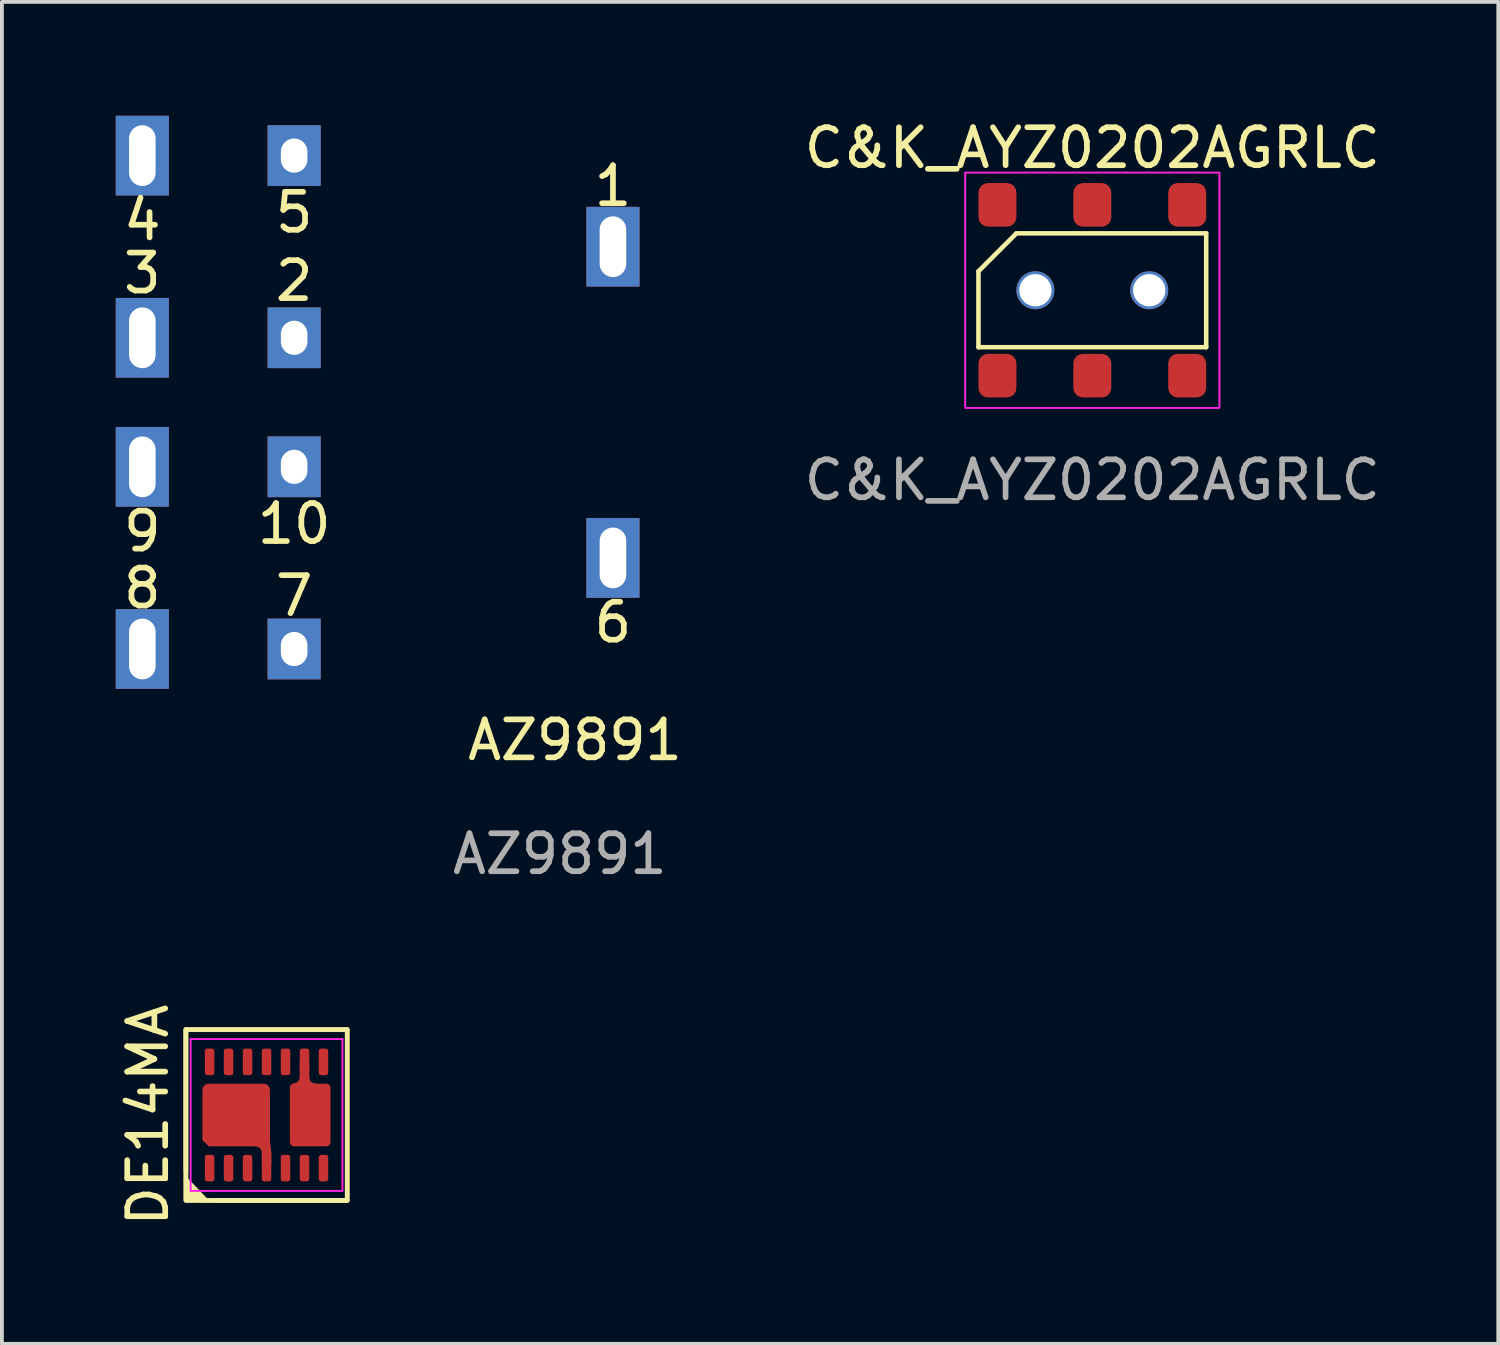
<source format=kicad_pcb>
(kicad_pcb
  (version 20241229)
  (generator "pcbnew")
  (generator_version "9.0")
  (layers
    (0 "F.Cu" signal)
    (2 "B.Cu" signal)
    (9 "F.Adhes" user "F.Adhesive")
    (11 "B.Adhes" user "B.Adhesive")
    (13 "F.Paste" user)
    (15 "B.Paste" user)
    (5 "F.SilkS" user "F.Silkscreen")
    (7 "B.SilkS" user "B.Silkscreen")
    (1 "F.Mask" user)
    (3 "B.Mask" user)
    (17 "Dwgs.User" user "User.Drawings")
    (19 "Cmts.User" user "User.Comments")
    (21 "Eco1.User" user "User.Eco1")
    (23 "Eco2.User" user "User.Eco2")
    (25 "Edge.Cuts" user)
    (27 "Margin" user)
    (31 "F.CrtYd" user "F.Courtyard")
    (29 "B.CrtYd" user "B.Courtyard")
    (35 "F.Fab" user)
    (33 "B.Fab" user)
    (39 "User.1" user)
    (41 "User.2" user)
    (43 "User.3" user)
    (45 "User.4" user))
  (footprint "C&K_AYZ0202AGRLC"
    (layer "F.Cu")
    (at 25.731 4.598)
    (property "Reference" "C&K_AYZ0202AGRLC" (at 0 -3.75 0) (unlocked yes) (layer "F.SilkS") (effects (font (size 1 1) (thickness 0.15))))
    (attr smd)
    (fp_line (start -3 -0.5) (end -3 1.5) (stroke (width 0.12) (type solid)) (layer "F.SilkS"))
    (fp_line (start -3 1.5) (end 3 1.5) (stroke (width 0.12) (type solid)) (layer "F.SilkS"))
    (fp_line (start -2 -1.5) (end -3 -0.5) (stroke (width 0.12) (type solid)) (layer "F.SilkS"))
    (fp_line (start 3 -1.5) (end -2 -1.5) (stroke (width 0.12) (type solid)) (layer "F.SilkS"))
    (fp_line (start 3 1.5) (end 3 -1.5) (stroke (width 0.12) (type solid)) (layer "F.SilkS"))
    (fp_rect (start -3.35 -3.1) (end 3.35 3.1) (stroke (width 0.05) (type solid)) (fill no) (layer "F.CrtYd"))
    (fp_text user "${REFERENCE}" (at 0 5 0) (unlocked yes) (layer "F.Fab") (effects (font (size 1 1) (thickness 0.15))))
    (pad "" np_thru_hole circle (at -1.5 0) (size 1 1) (drill 0.85) (layers "*.Cu" "*.Mask"))
    (pad "" np_thru_hole circle (at 1.5 0) (size 1 1) (drill 0.85) (layers "*.Cu" "*.Mask"))
    (pad "1" smd roundrect (at -2.5 -2.25) (size 1 1.15) (layers "F.Cu" "F.Mask" "F.Paste") (roundrect_rratio 0.25))
    (pad "2" smd roundrect (at 0 -2.25) (size 1 1.15) (layers "F.Cu" "F.Mask" "F.Paste") (roundrect_rratio 0.25))
    (pad "3" smd roundrect (at 2.5 -2.25) (size 1 1.15) (layers "F.Cu" "F.Mask" "F.Paste") (roundrect_rratio 0.25))
    (pad "4" smd roundrect (at -2.5 2.25) (size 1 1.15) (layers "F.Cu" "F.Mask" "F.Paste") (roundrect_rratio 0.25))
    (pad "5" smd roundrect (at 0 2.25) (size 1 1.15) (layers "F.Cu" "F.Mask" "F.Paste") (roundrect_rratio 0.25))
    (pad "6" smd roundrect (at 2.5 2.25) (size 1 1.15) (layers "F.Cu" "F.Mask" "F.Paste") (roundrect_rratio 0.25)))
  (footprint "AZ9891"
    (layer "F.Cu")
    (at 13.1 11.65)
    (property "Reference" "AZ9891" (at -1 4.8 0) (unlocked yes) (layer "F.SilkS") (effects (font (size 1 1) (thickness 0.15))))
    (attr through_hole)
    (fp_text user "1" (at 0 -9.8 0) (unlocked yes) (layer "F.SilkS") (effects (font (size 1 1) (thickness 0.15))))
    (fp_text user "8" (at -12.4 0.8 0) (unlocked yes) (layer "F.SilkS") (effects (font (size 1 1) (thickness 0.15))))
    (fp_text user "7" (at -8.4 1 0) (unlocked yes) (layer "F.SilkS") (effects (font (size 1 1) (thickness 0.15))))
    (fp_text user "10" (at -8.4 -0.9 0) (unlocked yes) (layer "F.SilkS") (effects (font (size 1 1) (thickness 0.15))))
    (fp_text user "3" (at -12.4 -7.5 0) (unlocked yes) (layer "F.SilkS") (effects (font (size 1 1) (thickness 0.15))))
    (fp_text user "5" (at -8.4 -9.1 0) (unlocked yes) (layer "F.SilkS") (effects (font (size 1 1) (thickness 0.15))))
    (fp_text user "6" (at 0 1.7 0) (unlocked yes) (layer "F.SilkS") (effects (font (size 1 1) (thickness 0.15))))
    (fp_text user "9" (at -12.4 -0.7 0) (unlocked yes) (layer "F.SilkS") (effects (font (size 1 1) (thickness 0.15))))
    (fp_text user "2" (at -8.4 -7.3 0) (unlocked yes) (layer "F.SilkS") (effects (font (size 1 1) (thickness 0.15))))
    (fp_text user "4" (at -12.4 -8.9 0) (unlocked yes) (layer "F.SilkS") (effects (font (size 1 1) (thickness 0.15))))
    (fp_text user "${REFERENCE}" (at -1.4 7.8 0) (unlocked yes) (layer "F.Fab") (effects (font (size 1 1) (thickness 0.15))))
    (pad "1" thru_hole rect (at 0 -8.2) (size 1.4 2.1) (drill oval 0.7 1.6) (layers "*.Cu" "*.Mask"))
    (pad "2" thru_hole rect (at -8.4 -5.8) (size 1.4 1.6) (drill oval 0.7 0.9) (layers "*.Cu" "*.Mask"))
    (pad "3" thru_hole rect (at -12.4 -5.8) (size 1.4 2.1) (drill oval 0.7 1.6) (layers "*.Cu" "*.Mask"))
    (pad "4" thru_hole rect (at -12.4 -10.6) (size 1.4 2.1) (drill oval 0.7 1.6) (layers "*.Cu" "*.Mask"))
    (pad "5" thru_hole rect (at -8.4 -10.6) (size 1.4 1.6) (drill oval 0.7 0.9) (layers "*.Cu" "*.Mask"))
    (pad "6" thru_hole rect (at 0 0) (size 1.4 2.1) (drill oval 0.7 1.6) (layers "*.Cu" "*.Mask"))
    (pad "7" thru_hole rect (at -8.4 2.4) (size 1.4 1.6) (drill oval 0.7 0.9) (layers "*.Cu" "*.Mask"))
    (pad "8" thru_hole rect (at -12.4 2.4) (size 1.4 2.1) (drill oval 0.7 1.6) (layers "*.Cu" "*.Mask"))
    (pad "9" thru_hole rect (at -12.4 -2.4) (size 1.4 2.1) (drill oval 0.7 1.6) (layers "*.Cu" "*.Mask"))
    (pad "10" thru_hole rect (at -8.4 -2.4) (size 1.4 1.6) (drill oval 0.7 0.9) (layers "*.Cu" "*.Mask")))
  (footprint "DE14MA"
    (layer "F.Cu")
    (at 3.973 26.328)
    (property "Reference" "DE14MA" (at -3.125 0 90) (layer "F.SilkS") (effects (font (size 1 1) (thickness 0.15))))
    (attr through_hole)
    (fp_line (start 0 1.25) (end 0 1) (stroke (width 0.25) (type solid)) (layer "F.Cu"))
    (fp_line (start 1 -1.4) (end 1 -0.6) (stroke (width 0.25) (type solid)) (layer "F.Cu"))
    (fp_arc (start -0.3 0.7) (mid -0.087868 0.787868) (end 0 1) (stroke (width 0.25) (type solid)) (layer "F.Cu"))
    (fp_arc (start 0.06 0.95) (mid 0.03481 0.725679) (end 0.03 0.5) (stroke (width 0.12) (type solid)) (layer "F.Cu"))
    (fp_arc (start 1 -1) (mid 0.925483 -0.805257) (end 0.74 -0.71) (stroke (width 0.25) (type solid)) (layer "F.Cu"))
    (fp_arc (start 1.3 -0.7) (mid 1.087868 -0.787868) (end 1 -1) (stroke (width 0.25) (type solid)) (layer "F.Cu"))
    (fp_line (start -2.125 -2.25) (end -2.125 1.7) (stroke (width 0.12) (type solid)) (layer "F.SilkS"))
    (fp_line (start -2.125 -2.25) (end 2.125 -2.25) (stroke (width 0.12) (type solid)) (layer "F.SilkS"))
    (fp_line (start -2.125 1.45) (end -2.125 -2.25) (stroke (width 0.12) (type solid)) (layer "F.SilkS"))
    (fp_line (start 2.125 -2.25) (end 2.125 2.25) (stroke (width 0.12) (type solid)) (layer "F.SilkS"))
    (fp_line (start 2.125 2.25) (end -1.6 2.25) (stroke (width 0.12) (type solid)) (layer "F.SilkS"))
    (fp_line (start 2.125 2.25) (end -1.325 2.25) (stroke (width 0.12) (type solid)) (layer "F.SilkS"))
    (fp_rect (start 2.125 2.25) (end -2.125 -2.25) (stroke (width 0.12) (type solid)) (fill no) (layer "F.SilkS"))
    (fp_poly (pts (xy -1.6 2.25) (xy -2.125 2.25) (xy -2.125 1.7)) (stroke (width 0.12) (type solid)) (fill yes) (layer "F.SilkS"))
    (fp_line (start -2 -2) (end 2 -2) (stroke (width 0.05) (type solid)) (layer "F.CrtYd"))
    (fp_line (start -2 2) (end -2 -2) (stroke (width 0.05) (type solid)) (layer "F.CrtYd"))
    (fp_line (start 2 -2) (end 2 2) (stroke (width 0.05) (type solid)) (layer "F.CrtYd"))
    (fp_line (start 2 2) (end -2 2) (stroke (width 0.05) (type solid)) (layer "F.CrtYd"))
    (pad "1" smd roundrect (at -1.5 1.4) (size 0.25 0.7) (layers "F.Cu" "F.Mask" "F.Paste") (roundrect_rratio 0.25))
    (pad "2" smd roundrect (at -1 1.4) (size 0.25 0.7) (layers "F.Cu" "F.Mask" "F.Paste") (roundrect_rratio 0.25))
    (pad "3" smd roundrect (at -0.5 1.4) (size 0.25 0.7) (layers "F.Cu" "F.Mask" "F.Paste") (roundrect_rratio 0.25))
    (pad "4" smd roundrect (at 0 1.4) (size 0.25 0.7) (layers "F.Cu" "F.Mask" "F.Paste") (roundrect_rratio 0.25))
    (pad "5" smd roundrect (at 0.5 1.4) (size 0.25 0.7) (layers "F.Cu" "F.Mask" "F.Paste") (roundrect_rratio 0.25))
    (pad "6" smd roundrect (at 1 1.4) (size 0.25 0.7) (layers "F.Cu" "F.Mask" "F.Paste") (roundrect_rratio 0.25))
    (pad "7" smd roundrect (at 1.5 1.4) (size 0.25 0.7) (layers "F.Cu" "F.Mask" "F.Paste") (roundrect_rratio 0.25))
    (pad "8" smd roundrect (at 1.5 -1.4) (size 0.25 0.7) (layers "F.Cu" "F.Mask" "F.Paste") (roundrect_rratio 0.25))
    (pad "9" smd roundrect (at 1 -1.4) (size 0.25 0.7) (layers "F.Cu" "F.Mask" "F.Paste") (roundrect_rratio 0.25))
    (pad "10" smd roundrect (at 0.5 -1.4) (size 0.25 0.7) (layers "F.Cu" "F.Mask" "F.Paste") (roundrect_rratio 0.25))
    (pad "11" smd roundrect (at 0 -1.4) (size 0.25 0.7) (layers "F.Cu" "F.Mask" "F.Paste") (roundrect_rratio 0.25))
    (pad "12" smd roundrect (at -0.5 -1.4) (size 0.25 0.7) (layers "F.Cu" "F.Mask" "F.Paste") (roundrect_rratio 0.25))
    (pad "13" smd roundrect (at -1 -1.4) (size 0.25 0.7) (layers "F.Cu" "F.Mask" "F.Paste") (roundrect_rratio 0.25))
    (pad "14" smd roundrect (at -1.5 -1.4) (size 0.25 0.7) (layers "F.Cu" "F.Mask" "F.Paste") (roundrect_rratio 0.25))
    (pad "15" smd roundrect (at -1.2 -0.4) (size 0.7 0.65) (layers "F.Cu" "F.Mask" "F.Paste") (roundrect_rratio 0.25))
    (pad "15" smd roundrect (at -1.2 0.4) (size 0.7 0.65) (layers "F.Cu" "F.Mask" "F.Paste") (roundrect_rratio 0.25))
    (pad "15" smd roundrect (at -0.8 0) (size 1.78 1.65) (layers "F.Cu" "F.Mask") (roundrect_rratio 0.1) (chamfer_ratio 0.1) (chamfer bottom_left))
    (pad "15" smd roundrect (at -0.4 -0.4) (size 0.7 0.65) (layers "F.Cu" "F.Mask" "F.Paste") (roundrect_rratio 0.25))
    (pad "15" smd roundrect (at -0.4 0.4) (size 0.7 0.65) (layers "F.Cu" "F.Mask" "F.Paste") (roundrect_rratio 0.25))
    (pad "16" smd roundrect (at 1.15 -0.4) (size 0.7 0.65) (layers "F.Cu" "F.Mask" "F.Paste") (roundrect_rratio 0.25))
    (pad "16" smd roundrect (at 1.15 0) (size 1.07 1.65) (layers "F.Cu" "F.Mask") (roundrect_rratio 0.1))
    (pad "16" smd roundrect (at 1.15 0.4) (size 0.7 0.65) (layers "F.Cu" "F.Mask" "F.Paste") (roundrect_rratio 0.25)))
  (gr_rect
    (start -3 -3)
    (end 36.427 32.358)
    (stroke (width 0.1) (type default))
    (fill no)
    (layer "Edge.Cuts")))
</source>
